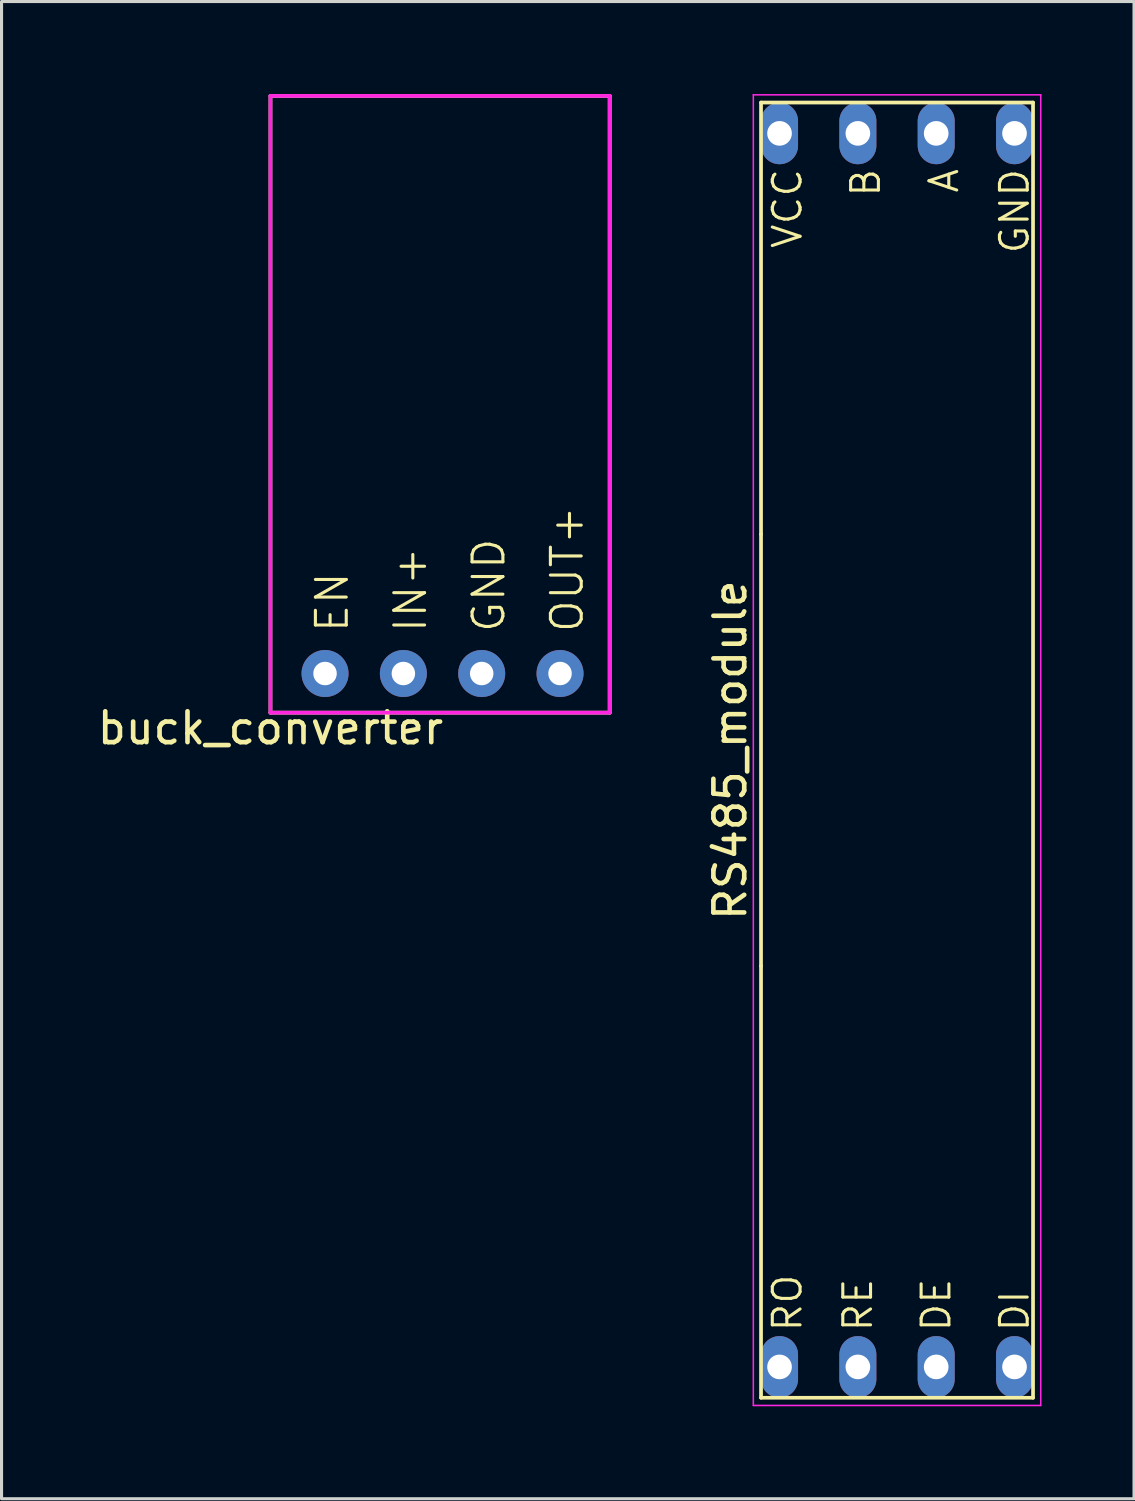
<source format=kicad_pcb>
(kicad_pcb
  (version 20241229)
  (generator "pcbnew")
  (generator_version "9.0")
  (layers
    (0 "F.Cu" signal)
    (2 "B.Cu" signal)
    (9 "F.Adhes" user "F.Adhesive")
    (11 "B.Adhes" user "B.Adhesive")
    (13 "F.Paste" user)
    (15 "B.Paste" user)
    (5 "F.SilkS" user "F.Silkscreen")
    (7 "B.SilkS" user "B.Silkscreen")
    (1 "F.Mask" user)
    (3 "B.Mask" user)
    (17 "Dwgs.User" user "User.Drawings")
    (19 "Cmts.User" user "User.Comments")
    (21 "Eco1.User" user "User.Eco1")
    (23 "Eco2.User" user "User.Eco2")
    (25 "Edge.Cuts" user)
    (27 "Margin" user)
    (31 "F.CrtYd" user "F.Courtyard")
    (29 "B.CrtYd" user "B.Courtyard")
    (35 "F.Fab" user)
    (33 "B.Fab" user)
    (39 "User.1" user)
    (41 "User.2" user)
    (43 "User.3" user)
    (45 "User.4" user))
  (footprint "RS485_module"
    (layer "F.Cu")
    (at 26.038 21.275)
    (property "Reference" "RS485_module" (at -5.41 0 90) (layer "F.SilkS") (effects (font (size 1 1) (thickness 0.15))))
    (attr through_hole)
    (fp_line (start -4.41 -7) (end -4.41 7) (stroke (width 0.12) (type solid)) (layer "F.SilkS"))
    (fp_line (start -4.41 7) (end -4.41 21) (stroke (width 0.12) (type solid)) (layer "F.SilkS"))
    (fp_line (start -4.41 21) (end 4.41 21) (stroke (width 0.12) (type solid)) (layer "F.SilkS"))
    (fp_line (start -4.41 -21) (end -4.41 -7) (stroke (width 0.12) (type solid)) (layer "F.SilkS"))
    (fp_line (start 4.41 21) (end 4.41 -21) (stroke (width 0.12) (type solid)) (layer "F.SilkS"))
    (fp_line (start 4.41 -21) (end -4.41 -21) (stroke (width 0.12) (type solid)) (layer "F.SilkS"))
    (fp_line (start -4.66 -21.25) (end 4.66 -21.25) (stroke (width 0.05) (type solid)) (layer "F.CrtYd"))
    (fp_line (start -4.66 21.25) (end -4.66 -21.25) (stroke (width 0.05) (type solid)) (layer "F.CrtYd"))
    (fp_line (start 4.66 -21.25) (end 4.66 21.25) (stroke (width 0.05) (type solid)) (layer "F.CrtYd"))
    (fp_line (start 4.66 21.25) (end -4.66 21.25) (stroke (width 0.05) (type solid)) (layer "F.CrtYd"))
    (fp_text user "DE" (at 1.27 18.915 90) (layer "F.SilkS") (effects (font (size 0.9 0.9) (thickness 0.1)) (justify left)))
    (fp_text user "A" (at 1.524 -18.915 270) (layer "F.SilkS") (effects (font (size 0.9 0.9) (thickness 0.1)) (justify right)))
    (fp_text user "B" (at -1.016 -18.915 270) (layer "F.SilkS") (effects (font (size 0.9 0.9) (thickness 0.1)) (justify right)))
    (fp_text user "RO" (at -3.556 18.915 90) (layer "F.SilkS") (effects (font (size 0.9 0.9) (thickness 0.1)) (justify left)))
    (fp_text user "DI" (at 3.81 18.915 90) (layer "F.SilkS") (effects (font (size 0.9 0.9) (thickness 0.1)) (justify left)))
    (fp_text user "VCC" (at -3.556 -18.915 270) (layer "F.SilkS") (effects (font (size 0.9 0.9) (thickness 0.1)) (justify right)))
    (fp_text user "GND" (at 3.81 -18.915 270) (layer "F.SilkS") (effects (font (size 0.9 0.9) (thickness 0.1)) (justify right)))
    (fp_text user "RE" (at -1.27 18.915 90) (layer "F.SilkS") (effects (font (size 0.9 0.9) (thickness 0.1)) (justify left)))
    (pad "1" thru_hole oval (at -3.81 20) (size 1.2 2) (drill 0.8) (layers "*.Cu" "*.Mask"))
    (pad "2" thru_hole oval (at -1.27 20) (size 1.2 2) (drill 0.8) (layers "*.Cu" "*.Mask"))
    (pad "3" thru_hole oval (at 1.27 20) (size 1.2 2) (drill 0.8) (layers "*.Cu" "*.Mask"))
    (pad "4" thru_hole oval (at 3.81 20) (size 1.2 2) (drill 0.8) (layers "*.Cu" "*.Mask"))
    (pad "5" thru_hole oval (at 3.81 -20) (size 1.2 2) (drill 0.8) (layers "*.Cu" "*.Mask"))
    (pad "6" thru_hole oval (at 1.27 -20) (size 1.2 2) (drill 0.8) (layers "*.Cu" "*.Mask"))
    (pad "7" thru_hole oval (at -1.27 -20) (size 1.2 2) (drill 0.8) (layers "*.Cu" "*.Mask"))
    (pad "8" thru_hole oval (at -3.81 -20) (size 1.2 2) (drill 0.8) (layers "*.Cu" "*.Mask")))
  (footprint "buck_converter"
    (layer "F.Cu")
    (at 5.72 20.06)
    (property "Reference" "buck_converter" (at 0 0.5 0) (layer "F.SilkS") (effects (font (size 1 1) (thickness 0.15))))
    (attr through_hole)
    (fp_line (start 0 -20) (end 0 0) (stroke (width 0.12) (type solid)) (layer "F.SilkS"))
    (fp_line (start 0 -20) (end 11 -20) (stroke (width 0.12) (type solid)) (layer "F.SilkS"))
    (fp_line (start 11 -20) (end 11 0) (stroke (width 0.12) (type solid)) (layer "F.SilkS"))
    (fp_line (start 11 0) (end 0 0) (stroke (width 0.12) (type solid)) (layer "F.SilkS"))
    (fp_line (start 0 -20) (end 11 -20) (stroke (width 0.12) (type solid)) (layer "F.CrtYd"))
    (fp_line (start 0 0) (end 0 -20) (stroke (width 0.12) (type solid)) (layer "F.CrtYd"))
    (fp_line (start 11 -20) (end 11 0) (stroke (width 0.12) (type solid)) (layer "F.CrtYd"))
    (fp_line (start 11 0) (end 0 0) (stroke (width 0.12) (type solid)) (layer "F.CrtYd"))
    (fp_text user "GND" (at 7.08 -2.54 90) (layer "F.SilkS") (effects (font (size 1 1) (thickness 0.1)) (justify left)))
    (fp_text user "OUT+" (at 9.62 -2.54 90) (layer "F.SilkS") (effects (font (size 1 1) (thickness 0.1)) (justify left)))
    (fp_text user "EN" (at 2 -2.54 90) (layer "F.SilkS") (effects (font (size 1 1) (thickness 0.1)) (justify left)))
    (fp_text user "IN+" (at 4.54 -2.54 90) (layer "F.SilkS") (effects (font (size 1 1) (thickness 0.1)) (justify left)))
    (pad "1" thru_hole circle (at 1.77 -1.27) (size 1.524 1.524) (drill 0.762) (layers "*.Cu" "*.Mask"))
    (pad "2" thru_hole circle (at 4.31 -1.27) (size 1.524 1.524) (drill 0.762) (layers "*.Cu" "*.Mask"))
    (pad "3" thru_hole circle (at 6.85 -1.27) (size 1.524 1.524) (drill 0.762) (layers "*.Cu" "*.Mask"))
    (pad "4" thru_hole circle (at 9.39 -1.27) (size 1.524 1.524) (drill 0.762) (layers "*.Cu" "*.Mask")))
  (gr_rect
    (start -3 -3)
    (end 33.723 45.55)
    (stroke (width 0.1) (type default))
    (fill no)
    (layer "Edge.Cuts")))
</source>
